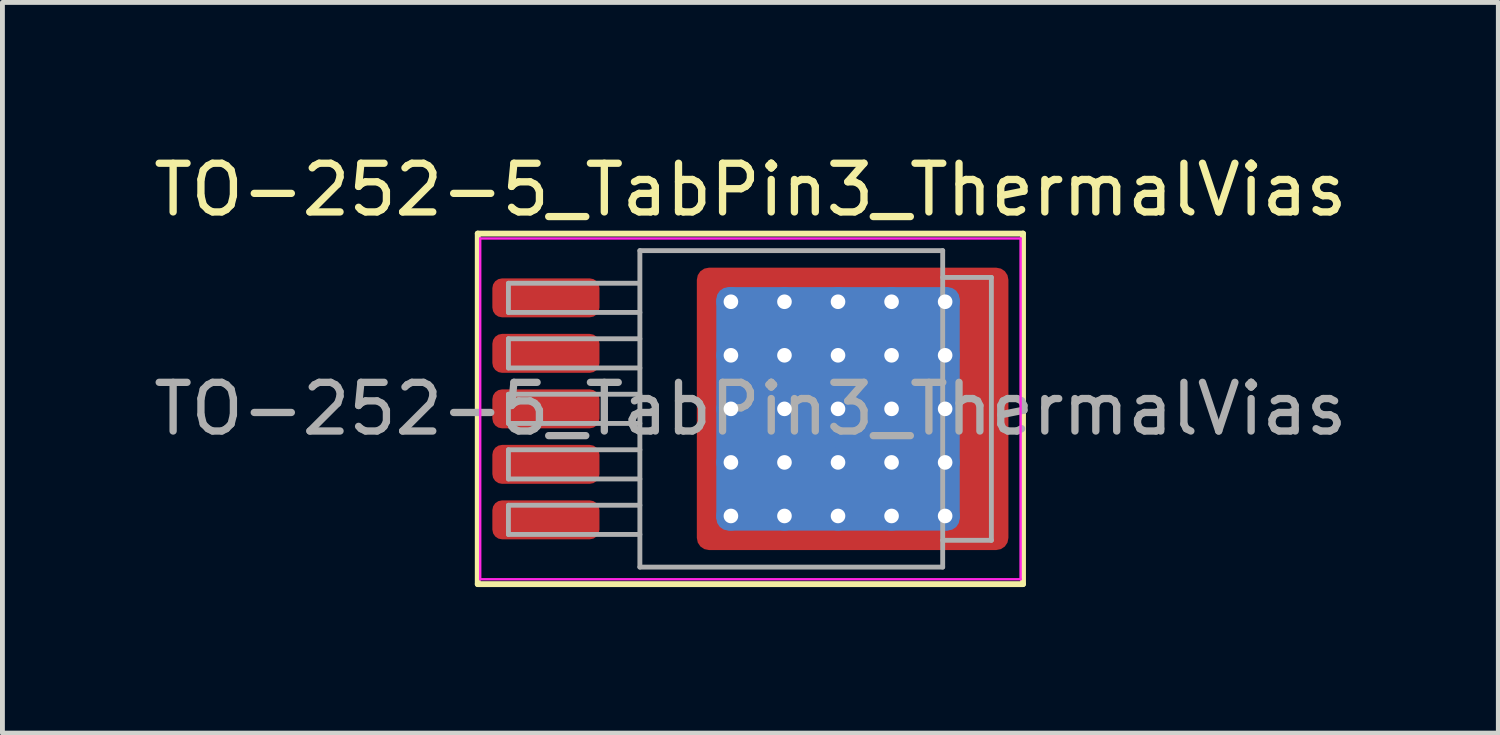
<source format=kicad_pcb>
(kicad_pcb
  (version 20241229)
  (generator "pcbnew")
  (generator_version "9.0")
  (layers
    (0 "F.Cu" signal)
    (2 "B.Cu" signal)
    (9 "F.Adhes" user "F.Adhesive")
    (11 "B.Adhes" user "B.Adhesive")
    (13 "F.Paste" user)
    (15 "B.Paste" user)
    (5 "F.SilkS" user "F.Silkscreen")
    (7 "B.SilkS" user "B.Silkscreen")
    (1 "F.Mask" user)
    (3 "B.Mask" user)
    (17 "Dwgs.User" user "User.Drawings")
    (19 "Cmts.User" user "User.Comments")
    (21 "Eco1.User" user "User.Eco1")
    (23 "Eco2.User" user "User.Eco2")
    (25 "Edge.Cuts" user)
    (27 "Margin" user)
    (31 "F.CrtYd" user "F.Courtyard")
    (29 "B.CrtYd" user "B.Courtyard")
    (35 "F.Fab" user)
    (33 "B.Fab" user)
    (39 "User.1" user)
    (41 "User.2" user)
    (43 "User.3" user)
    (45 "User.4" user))
  (footprint "TO-252-5_TabPin3_ThermalVias"
    (layer "F.Cu")
    (at 12.363 5.348)
    (property "Reference" "TO-252-5_TabPin3_ThermalVias" (at 0 -4.5 0) (layer "F.SilkS") (effects (font (size 1 1) (thickness 0.15))))
    (attr smd)
    (fp_line (start -5.6 -3.6) (end -5.6 3.6) (stroke (width 0.12) (type solid)) (layer "F.SilkS"))
    (fp_line (start -5.6 3.6) (end 5.6 3.6) (stroke (width 0.12) (type solid)) (layer "F.SilkS"))
    (fp_line (start 5.6 -3.6) (end -5.6 -3.6) (stroke (width 0.12) (type solid)) (layer "F.SilkS"))
    (fp_line (start 5.6 3.6) (end 5.6 -3.6) (stroke (width 0.12) (type solid)) (layer "F.SilkS"))
    (fp_line (start -5.55 -3.5) (end -5.55 3.5) (stroke (width 0.05) (type solid)) (layer "F.CrtYd"))
    (fp_line (start -5.55 3.5) (end 5.55 3.5) (stroke (width 0.05) (type solid)) (layer "F.CrtYd"))
    (fp_line (start 5.55 -3.5) (end -5.55 -3.5) (stroke (width 0.05) (type solid)) (layer "F.CrtYd"))
    (fp_line (start 5.55 3.5) (end 5.55 -3.5) (stroke (width 0.05) (type solid)) (layer "F.CrtYd"))
    (fp_line (start -4.97 -2.58) (end -4.97 -1.98) (stroke (width 0.1) (type solid)) (layer "F.Fab"))
    (fp_line (start -4.97 -1.98) (end -2.27 -1.98) (stroke (width 0.1) (type solid)) (layer "F.Fab"))
    (fp_line (start -4.97 -1.44) (end -4.97 -0.84) (stroke (width 0.1) (type solid)) (layer "F.Fab"))
    (fp_line (start -4.97 -0.84) (end -2.27 -0.84) (stroke (width 0.1) (type solid)) (layer "F.Fab"))
    (fp_line (start -4.97 -0.3) (end -4.97 0.3) (stroke (width 0.1) (type solid)) (layer "F.Fab"))
    (fp_line (start -4.97 0.3) (end -2.27 0.3) (stroke (width 0.1) (type solid)) (layer "F.Fab"))
    (fp_line (start -4.97 0.84) (end -4.97 1.44) (stroke (width 0.1) (type solid)) (layer "F.Fab"))
    (fp_line (start -4.97 1.44) (end -2.27 1.44) (stroke (width 0.1) (type solid)) (layer "F.Fab"))
    (fp_line (start -4.97 1.98) (end -4.97 2.58) (stroke (width 0.1) (type solid)) (layer "F.Fab"))
    (fp_line (start -4.97 2.58) (end -2.27 2.58) (stroke (width 0.1) (type solid)) (layer "F.Fab"))
    (fp_line (start -2.3 -2.58) (end -4.97 -2.58) (stroke (width 0.1) (type solid)) (layer "F.Fab"))
    (fp_line (start -2.27 -3.25) (end 3.95 -3.25) (stroke (width 0.1) (type solid)) (layer "F.Fab"))
    (fp_line (start -2.27 -1.44) (end -4.97 -1.44) (stroke (width 0.1) (type solid)) (layer "F.Fab"))
    (fp_line (start -2.27 -0.3) (end -4.97 -0.3) (stroke (width 0.1) (type solid)) (layer "F.Fab"))
    (fp_line (start -2.27 0.84) (end -4.97 0.84) (stroke (width 0.1) (type solid)) (layer "F.Fab"))
    (fp_line (start -2.27 1.98) (end -4.97 1.98) (stroke (width 0.1) (type solid)) (layer "F.Fab"))
    (fp_line (start -2.27 3.25) (end -2.27 -3.25) (stroke (width 0.1) (type solid)) (layer "F.Fab"))
    (fp_line (start 3.95 -3.25) (end 3.95 3.25) (stroke (width 0.1) (type solid)) (layer "F.Fab"))
    (fp_line (start 3.95 -2.7) (end 4.95 -2.7) (stroke (width 0.1) (type solid)) (layer "F.Fab"))
    (fp_line (start 3.95 3.25) (end -2.27 3.25) (stroke (width 0.1) (type solid)) (layer "F.Fab"))
    (fp_line (start 4.95 -2.7) (end 4.95 2.7) (stroke (width 0.1) (type solid)) (layer "F.Fab"))
    (fp_line (start 4.95 2.7) (end 3.95 2.7) (stroke (width 0.1) (type solid)) (layer "F.Fab"))
    (fp_text user "${REFERENCE}" (at 0 0 0) (layer "F.Fab") (effects (font (size 1 1) (thickness 0.15))))
    (pad "" smd roundrect (at -0.8 -2.55 90) (size 0.5 0.5) (layers "F.Paste") (roundrect_rratio 0.25))
    (pad "" smd roundrect (at -0.8 -1.65 90) (size 0.9 0.5) (layers "F.Paste") (roundrect_rratio 0.25))
    (pad "" smd roundrect (at -0.8 -0.55 90) (size 0.9 0.5) (layers "F.Paste") (roundrect_rratio 0.25))
    (pad "" smd roundrect (at -0.8 0.55 90) (size 0.9 0.5) (layers "F.Paste") (roundrect_rratio 0.25))
    (pad "" smd roundrect (at -0.8 1.65 90) (size 0.9 0.5) (layers "F.Paste") (roundrect_rratio 0.25))
    (pad "" smd roundrect (at -0.8 2.6 90) (size 0.5 0.5) (layers "F.Paste") (roundrect_rratio 0.25))
    (pad "" smd roundrect (at 0.15 -2.55) (size 0.9 0.5) (layers "F.Paste") (roundrect_rratio 0.25))
    (pad "" smd roundrect (at 0.15 -1.65) (size 0.9 0.9) (layers "F.Paste") (roundrect_rratio 0.25))
    (pad "" smd roundrect (at 0.15 -0.55) (size 0.9 0.9) (layers "F.Paste") (roundrect_rratio 0.25))
    (pad "" smd roundrect (at 0.15 0.55) (size 0.9 0.9) (layers "F.Paste") (roundrect_rratio 0.25))
    (pad "" smd roundrect (at 0.15 1.65) (size 0.9 0.9) (layers "F.Paste") (roundrect_rratio 0.25))
    (pad "" smd roundrect (at 0.15 2.6) (size 0.9 0.5) (layers "F.Paste") (roundrect_rratio 0.25))
    (pad "" smd roundrect (at 1.25 -2.55) (size 0.9 0.5) (layers "F.Paste") (roundrect_rratio 0.25))
    (pad "" smd roundrect (at 1.25 -1.65) (size 0.9 0.9) (layers "F.Paste") (roundrect_rratio 0.25))
    (pad "" smd roundrect (at 1.25 -0.55) (size 0.9 0.9) (layers "F.Paste") (roundrect_rratio 0.25))
    (pad "" smd roundrect (at 1.25 0.55) (size 0.9 0.9) (layers "F.Paste") (roundrect_rratio 0.25))
    (pad "" smd roundrect (at 1.25 1.65) (size 0.9 0.9) (layers "F.Paste") (roundrect_rratio 0.25))
    (pad "" smd roundrect (at 1.25 2.6) (size 0.9 0.5) (layers "F.Paste") (roundrect_rratio 0.25))
    (pad "" smd roundrect (at 2.35 -2.55) (size 0.9 0.5) (layers "F.Paste") (roundrect_rratio 0.25))
    (pad "" smd roundrect (at 2.35 -1.65) (size 0.9 0.9) (layers "F.Paste") (roundrect_rratio 0.25))
    (pad "" smd roundrect (at 2.35 -0.55) (size 0.9 0.9) (layers "F.Paste") (roundrect_rratio 0.25))
    (pad "" smd roundrect (at 2.35 0.55) (size 0.9 0.9) (layers "F.Paste") (roundrect_rratio 0.25))
    (pad "" smd roundrect (at 2.35 1.65) (size 0.9 0.9) (layers "F.Paste") (roundrect_rratio 0.25))
    (pad "" smd roundrect (at 2.35 2.6) (size 0.9 0.5) (layers "F.Paste") (roundrect_rratio 0.25))
    (pad "" smd roundrect (at 3.45 -2.55) (size 0.9 0.5) (layers "F.Paste") (roundrect_rratio 0.25))
    (pad "" smd roundrect (at 3.45 -1.65) (size 0.9 0.9) (layers "F.Paste") (roundrect_rratio 0.25))
    (pad "" smd roundrect (at 3.45 -0.55) (size 0.9 0.9) (layers "F.Paste") (roundrect_rratio 0.25))
    (pad "" smd roundrect (at 3.45 0.55) (size 0.9 0.9) (layers "F.Paste") (roundrect_rratio 0.25))
    (pad "" smd roundrect (at 3.45 1.65) (size 0.9 0.9) (layers "F.Paste") (roundrect_rratio 0.25))
    (pad "" smd roundrect (at 3.45 2.6) (size 0.9 0.5) (layers "F.Paste") (roundrect_rratio 0.25))
    (pad "" smd roundrect (at 4.6 -2.55 90) (size 0.5 0.9) (layers "F.Paste") (roundrect_rratio 0.25))
    (pad "" smd roundrect (at 4.6 -1.65 90) (size 0.9 0.9) (layers "F.Paste") (roundrect_rratio 0.25))
    (pad "" smd roundrect (at 4.6 -0.55 90) (size 0.9 0.9) (layers "F.Paste") (roundrect_rratio 0.25))
    (pad "" smd roundrect (at 4.6 0.55 90) (size 0.9 0.9) (layers "F.Paste") (roundrect_rratio 0.25))
    (pad "" smd roundrect (at 4.6 1.65 90) (size 0.9 0.9) (layers "F.Paste") (roundrect_rratio 0.25))
    (pad "" smd roundrect (at 4.6 2.6 90) (size 0.5 0.9) (layers "F.Paste") (roundrect_rratio 0.25))
    (pad "1" smd roundrect (at -4.2 -2.28) (size 2.2 0.8) (layers "F.Cu" "F.Mask" "F.Paste") (roundrect_rratio 0.25))
    (pad "2" smd roundrect (at -4.2 -1.14) (size 2.2 0.8) (layers "F.Cu" "F.Mask" "F.Paste") (roundrect_rratio 0.25))
    (pad "3" smd roundrect (at -4.2 0) (size 2.2 0.8) (layers "F.Cu" "F.Mask" "F.Paste") (roundrect_rratio 0.25))
    (pad "3" thru_hole circle (at -0.4 -2.2) (size 0.6 0.6) (drill 0.3) (property pad_prop_heatsink) (layers "*.Cu"))
    (pad "3" thru_hole circle (at -0.4 -1.1) (size 0.6 0.6) (drill 0.3) (property pad_prop_heatsink) (layers "*.Cu"))
    (pad "3" thru_hole circle (at -0.4 0) (size 0.6 0.6) (drill 0.3) (property pad_prop_heatsink) (layers "*.Cu"))
    (pad "3" thru_hole circle (at -0.4 1.1) (size 0.6 0.6) (drill 0.3) (property pad_prop_heatsink) (layers "*.Cu"))
    (pad "3" thru_hole circle (at -0.4 2.2) (size 0.6 0.6) (drill 0.3) (property pad_prop_heatsink) (layers "*.Cu"))
    (pad "3" thru_hole circle (at 0.7 -2.2) (size 0.6 0.6) (drill 0.3) (property pad_prop_heatsink) (layers "*.Cu"))
    (pad "3" thru_hole circle (at 0.7 -1.1) (size 0.6 0.6) (drill 0.3) (property pad_prop_heatsink) (layers "*.Cu"))
    (pad "3" thru_hole circle (at 0.7 0) (size 0.6 0.6) (drill 0.3) (property pad_prop_heatsink) (layers "*.Cu"))
    (pad "3" thru_hole circle (at 0.7 1.1) (size 0.6 0.6) (drill 0.3) (property pad_prop_heatsink) (layers "*.Cu"))
    (pad "3" thru_hole circle (at 0.7 2.2) (size 0.6 0.6) (drill 0.3) (property pad_prop_heatsink) (layers "*.Cu"))
    (pad "3" thru_hole circle (at 1.8 -2.2) (size 0.6 0.6) (drill 0.3) (property pad_prop_heatsink) (layers "*.Cu"))
    (pad "3" thru_hole circle (at 1.8 -1.1) (size 0.6 0.6) (drill 0.3) (property pad_prop_heatsink) (layers "*.Cu"))
    (pad "3" thru_hole circle (at 1.8 0) (size 0.6 0.6) (drill 0.3) (property pad_prop_heatsink) (layers "*.Cu"))
    (pad "3" smd roundrect (at 1.8 0) (size 5 5) (layers "B.Cu" "B.Mask") (roundrect_rratio 0.05))
    (pad "3" thru_hole circle (at 1.8 1.1) (size 0.6 0.6) (drill 0.3) (property pad_prop_heatsink) (layers "*.Cu"))
    (pad "3" thru_hole circle (at 1.8 2.2) (size 0.6 0.6) (drill 0.3) (property pad_prop_heatsink) (layers "*.Cu"))
    (pad "3" smd roundrect (at 2.1 0) (size 6.4 5.8) (layers "F.Cu" "F.Mask") (roundrect_rratio 0.043))
    (pad "3" thru_hole circle (at 2.9 -2.2) (size 0.6 0.6) (drill 0.3) (property pad_prop_heatsink) (layers "*.Cu"))
    (pad "3" thru_hole circle (at 2.9 -1.1) (size 0.6 0.6) (drill 0.3) (property pad_prop_heatsink) (layers "*.Cu"))
    (pad "3" thru_hole circle (at 2.9 0) (size 0.6 0.6) (drill 0.3) (property pad_prop_heatsink) (layers "*.Cu"))
    (pad "3" thru_hole circle (at 2.9 1.1) (size 0.6 0.6) (drill 0.3) (property pad_prop_heatsink) (layers "*.Cu"))
    (pad "3" thru_hole circle (at 2.9 2.2) (size 0.6 0.6) (drill 0.3) (property pad_prop_heatsink) (layers "*.Cu"))
    (pad "3" thru_hole circle (at 4 -2.2) (size 0.6 0.6) (drill 0.3) (property pad_prop_heatsink) (layers "*.Cu"))
    (pad "3" thru_hole circle (at 4 -1.1) (size 0.6 0.6) (drill 0.3) (property pad_prop_heatsink) (layers "*.Cu"))
    (pad "3" thru_hole circle (at 4 0) (size 0.6 0.6) (drill 0.3) (property pad_prop_heatsink) (layers "*.Cu"))
    (pad "3" thru_hole circle (at 4 1.1) (size 0.6 0.6) (drill 0.3) (property pad_prop_heatsink) (layers "*.Cu"))
    (pad "3" thru_hole circle (at 4 2.2) (size 0.6 0.6) (drill 0.3) (property pad_prop_heatsink) (layers "*.Cu"))
    (pad "4" smd roundrect (at -4.2 1.14) (size 2.2 0.8) (layers "F.Cu" "F.Mask" "F.Paste") (roundrect_rratio 0.25))
    (pad "5" smd roundrect (at -4.2 2.28) (size 2.2 0.8) (layers "F.Cu" "F.Mask" "F.Paste") (roundrect_rratio 0.25)))
  (gr_rect
    (start -3 -3)
    (end 27.726 12.008)
    (stroke (width 0.1) (type default))
    (fill no)
    (layer "Edge.Cuts")))
</source>
